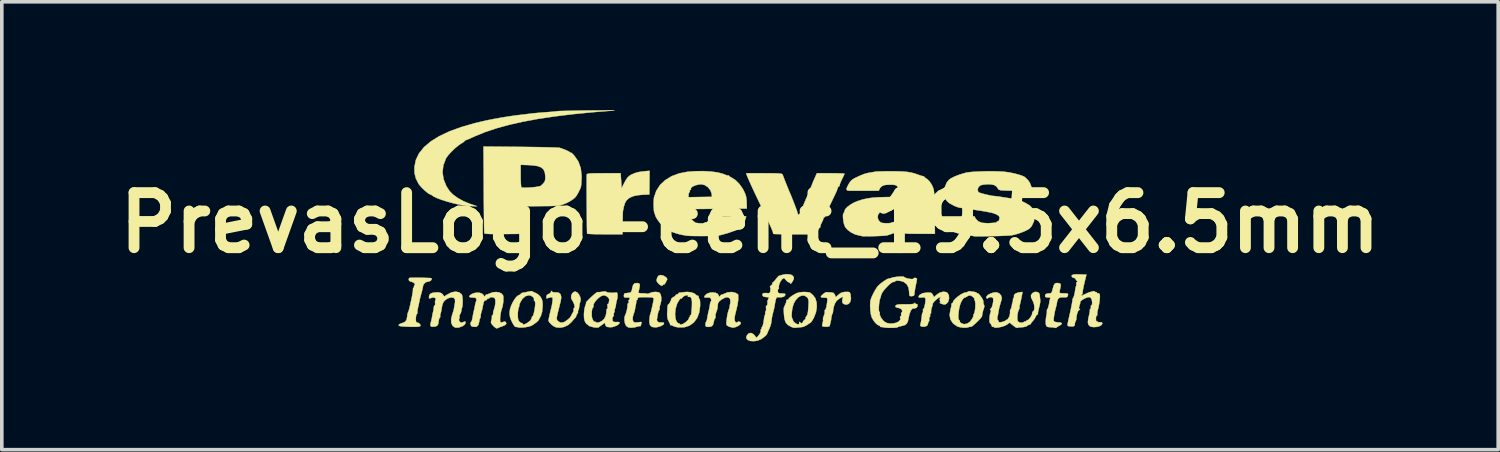
<source format=kicad_pcb>
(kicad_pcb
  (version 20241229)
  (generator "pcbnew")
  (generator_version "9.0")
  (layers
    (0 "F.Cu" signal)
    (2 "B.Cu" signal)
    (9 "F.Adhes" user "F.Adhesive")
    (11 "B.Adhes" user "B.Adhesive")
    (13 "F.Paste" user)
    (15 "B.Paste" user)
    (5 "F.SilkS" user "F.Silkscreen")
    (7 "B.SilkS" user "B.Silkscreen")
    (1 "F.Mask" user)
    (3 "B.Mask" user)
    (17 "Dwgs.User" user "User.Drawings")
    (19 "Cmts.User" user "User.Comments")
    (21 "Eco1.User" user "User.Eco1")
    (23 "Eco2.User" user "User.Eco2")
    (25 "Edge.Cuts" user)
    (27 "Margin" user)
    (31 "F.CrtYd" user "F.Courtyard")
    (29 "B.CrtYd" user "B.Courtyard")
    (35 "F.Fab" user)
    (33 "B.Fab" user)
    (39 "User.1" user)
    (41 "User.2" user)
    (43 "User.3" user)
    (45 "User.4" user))
  (footprint "PrevasLogo-cent_19.5x6.5mm"
    (layer "F.Cu")
    (at 17.715 3.118)
    (property "Reference" "PrevasLogo-cent_19.5x6.5mm" (at 0 0 0) (layer "F.SilkS") (effects (font (size 1.524 1.524) (thickness 0.3))))
    (attr through_hole)
    (fp_poly (pts (xy -2.406 1.461) (xy -2.347 1.492) (xy -2.303 1.531) (xy -2.292 1.567) (xy -2.293 1.569) (xy -2.337 1.658) (xy -2.368 1.704) (xy -2.39 1.713) (xy -2.391 1.712) (xy -2.412 1.715) (xy -2.413 1.721) (xy -2.429 1.744) (xy -2.469 1.735) (xy -2.519 1.7) (xy -2.536 1.683) (xy -2.577 1.631) (xy -2.588 1.588) (xy -2.572 1.53) (xy -2.566 1.513) (xy -2.533 1.464) (xy -2.475 1.448) (xy -2.464 1.448) (xy -2.406 1.461)) (stroke (width 0.01) (type solid)) (fill yes) (layer "F.SilkS"))
    (fp_poly (pts (xy -2.784 -1.111) (xy -2.787 -0.784) (xy -2.974 -0.776) (xy -3.084 -0.766) (xy -3.189 -0.748) (xy -3.264 -0.726) (xy -3.352 -0.681) (xy -3.416 -0.625) (xy -3.461 -0.549) (xy -3.495 -0.441) (xy -3.519 -0.318) (xy -3.521 -0.283) (xy -3.523 -0.209) (xy -3.525 -0.107) (xy -3.527 0.013) (xy -3.531 0.318) (xy -4.016 0.318) (xy -4.167 0.317) (xy -4.3 0.315) (xy -4.407 0.311) (xy -4.48 0.307) (xy -4.51 0.302) (xy -4.51 0.302) (xy -4.512 0.275) (xy -4.514 0.204) (xy -4.516 0.098) (xy -4.517 -0.038) (xy -4.519 -0.196) (xy -4.52 -0.368) (xy -4.522 -0.547) (xy -4.522 -0.727) (xy -4.523 -0.899) (xy -4.523 -1.056) (xy -4.523 -1.192) (xy -4.522 -1.298) (xy -4.522 -1.327) (xy -4.518 -1.343) (xy -4.502 -1.354) (xy -4.468 -1.362) (xy -4.408 -1.367) (xy -4.317 -1.37) (xy -4.187 -1.371) (xy -4.051 -1.372) (xy -3.581 -1.372) (xy -3.578 -1.302) (xy -3.573 -1.229) (xy -3.569 -1.181) (xy -3.565 -1.12) (xy -3.56 -1.044) (xy -3.56 -1.043) (xy -3.556 -0.955) (xy -3.488 -1.092) (xy -3.43 -1.198) (xy -3.376 -1.269) (xy -3.315 -1.317) (xy -3.276 -1.338) (xy -3.19 -1.374) (xy -3.11 -1.399) (xy -3.016 -1.416) (xy -2.891 -1.429) (xy -2.883 -1.43) (xy -2.781 -1.439) (xy -2.784 -1.111)) (stroke (width 0.01) (type solid)) (fill yes) (layer "F.SilkS"))
    (fp_poly (pts (xy 8.554 1.672) (xy 8.588 1.685) (xy 8.603 1.713) (xy 8.599 1.768) (xy 8.579 1.859) (xy 8.573 1.883) (xy 8.566 1.923) (xy 8.579 1.943) (xy 8.623 1.95) (xy 8.676 1.952) (xy 8.755 1.954) (xy 8.795 1.962) (xy 8.806 1.982) (xy 8.799 2.019) (xy 8.799 2.02) (xy 8.782 2.052) (xy 8.743 2.064) (xy 8.678 2.062) (xy 8.587 2.066) (xy 8.533 2.1) (xy 8.504 2.172) (xy 8.5 2.199) (xy 8.488 2.267) (xy 8.477 2.311) (xy 8.454 2.395) (xy 8.432 2.492) (xy 8.416 2.588) (xy 8.407 2.667) (xy 8.408 2.716) (xy 8.41 2.723) (xy 8.447 2.744) (xy 8.512 2.756) (xy 8.527 2.756) (xy 8.604 2.764) (xy 8.634 2.785) (xy 8.616 2.816) (xy 8.572 2.844) (xy 8.516 2.876) (xy 8.483 2.901) (xy 8.482 2.902) (xy 8.459 2.912) (xy 8.456 2.91) (xy 8.426 2.902) (xy 8.363 2.895) (xy 8.324 2.892) (xy 8.251 2.886) (xy 8.213 2.87) (xy 8.196 2.834) (xy 8.189 2.804) (xy 8.186 2.73) (xy 8.194 2.636) (xy 8.202 2.589) (xy 8.216 2.513) (xy 8.22 2.459) (xy 8.218 2.443) (xy 8.219 2.416) (xy 8.228 2.402) (xy 8.253 2.351) (xy 8.275 2.269) (xy 8.291 2.174) (xy 8.291 2.17) (xy 8.304 2.114) (xy 8.314 2.09) (xy 8.307 2.071) (xy 8.256 2.068) (xy 8.199 2.063) (xy 8.171 2.046) (xy 8.171 1.993) (xy 8.214 1.962) (xy 8.268 1.956) (xy 8.317 1.953) (xy 8.346 1.936) (xy 8.365 1.893) (xy 8.384 1.817) (xy 8.41 1.728) (xy 8.443 1.68) (xy 8.495 1.666) (xy 8.554 1.672)) (stroke (width 0.01) (type solid)) (fill yes) (layer "F.SilkS"))
    (fp_poly (pts (xy 2.757 1.924) (xy 2.776 1.956) (xy 2.784 1.99) (xy 2.795 2.1) (xy 2.776 2.187) (xy 2.731 2.245) (xy 2.665 2.266) (xy 2.615 2.256) (xy 2.565 2.226) (xy 2.552 2.173) (xy 2.552 2.163) (xy 2.562 2.1) (xy 2.574 2.064) (xy 2.572 2.05) (xy 2.542 2.06) (xy 2.494 2.087) (xy 2.442 2.123) (xy 2.397 2.161) (xy 2.394 2.165) (xy 2.352 2.232) (xy 2.318 2.326) (xy 2.3 2.423) (xy 2.298 2.464) (xy 2.289 2.506) (xy 2.282 2.515) (xy 2.267 2.547) (xy 2.254 2.609) (xy 2.251 2.63) (xy 2.243 2.693) (xy 2.236 2.728) (xy 2.235 2.731) (xy 2.228 2.752) (xy 2.22 2.792) (xy 2.208 2.843) (xy 2.2 2.863) (xy 2.165 2.875) (xy 2.106 2.879) (xy 2.045 2.875) (xy 2.004 2.865) (xy 1.998 2.859) (xy 1.999 2.816) (xy 2.011 2.771) (xy 2.024 2.711) (xy 2.021 2.676) (xy 2.023 2.632) (xy 2.045 2.573) (xy 2.067 2.508) (xy 2.068 2.457) (xy 2.067 2.421) (xy 2.079 2.413) (xy 2.096 2.39) (xy 2.114 2.332) (xy 2.123 2.28) (xy 2.138 2.177) (xy 2.142 2.115) (xy 2.132 2.084) (xy 2.104 2.073) (xy 2.055 2.073) (xy 2.051 2.073) (xy 1.981 2.069) (xy 1.958 2.049) (xy 1.982 2.013) (xy 1.993 2.002) (xy 2.056 1.948) (xy 2.098 1.924) (xy 2.127 1.92) (xy 2.174 1.924) (xy 2.241 1.927) (xy 2.243 1.927) (xy 2.309 1.94) (xy 2.344 1.979) (xy 2.351 1.995) (xy 2.375 2.059) (xy 2.45 1.989) (xy 2.52 1.939) (xy 2.603 1.917) (xy 2.645 1.914) (xy 2.718 1.913) (xy 2.757 1.924)) (stroke (width 0.01) (type solid)) (fill yes) (layer "F.SilkS"))
    (fp_poly (pts (xy 5.426 1.917) (xy 5.47 1.943) (xy 5.505 2.01) (xy 5.511 2.096) (xy 5.489 2.179) (xy 5.455 2.226) (xy 5.41 2.258) (xy 5.367 2.262) (xy 5.309 2.245) (xy 5.26 2.224) (xy 5.247 2.212) (xy 5.252 2.211) (xy 5.272 2.198) (xy 5.26 2.163) (xy 5.25 2.11) (xy 5.264 2.087) (xy 5.28 2.062) (xy 5.264 2.057) (xy 5.225 2.074) (xy 5.171 2.114) (xy 5.116 2.164) (xy 5.073 2.213) (xy 5.058 2.245) (xy 5.052 2.287) (xy 5.032 2.348) (xy 5.032 2.349) (xy 5.013 2.416) (xy 5.013 2.469) (xy 5.011 2.507) (xy 4.999 2.515) (xy 4.984 2.533) (xy 4.987 2.552) (xy 4.986 2.593) (xy 4.975 2.606) (xy 4.959 2.64) (xy 4.961 2.67) (xy 4.961 2.716) (xy 4.951 2.732) (xy 4.931 2.766) (xy 4.928 2.795) (xy 4.906 2.846) (xy 4.846 2.875) (xy 4.77 2.876) (xy 4.723 2.86) (xy 4.712 2.837) (xy 4.727 2.775) (xy 4.743 2.687) (xy 4.755 2.598) (xy 4.758 2.559) (xy 4.767 2.508) (xy 4.78 2.489) (xy 4.79 2.468) (xy 4.788 2.438) (xy 4.788 2.398) (xy 4.799 2.388) (xy 4.815 2.365) (xy 4.833 2.309) (xy 4.848 2.236) (xy 4.857 2.163) (xy 4.858 2.107) (xy 4.857 2.101) (xy 4.84 2.07) (xy 4.797 2.064) (xy 4.762 2.069) (xy 4.69 2.072) (xy 4.663 2.052) (xy 4.682 2.013) (xy 4.706 1.989) (xy 4.783 1.949) (xy 4.894 1.933) (xy 4.974 1.932) (xy 5.02 1.943) (xy 5.048 1.971) (xy 5.06 1.992) (xy 5.094 2.057) (xy 5.171 1.988) (xy 5.255 1.934) (xy 5.345 1.909) (xy 5.426 1.917)) (stroke (width 0.01) (type solid)) (fill yes) (layer "F.SilkS"))
    (fp_poly (pts (xy -9.125 1.521) (xy -9.016 1.524) (xy -8.921 1.527) (xy -8.852 1.53) (xy -8.821 1.534) (xy -8.82 1.535) (xy -8.814 1.569) (xy -8.841 1.604) (xy -8.886 1.625) (xy -8.897 1.626) (xy -8.98 1.646) (xy -9.037 1.702) (xy -9.053 1.753) (xy -9.065 1.813) (xy -9.085 1.898) (xy -9.101 1.956) (xy -9.126 2.049) (xy -9.147 2.134) (xy -9.154 2.172) (xy -9.169 2.246) (xy -9.189 2.336) (xy -9.194 2.357) (xy -9.208 2.429) (xy -9.21 2.479) (xy -9.208 2.489) (xy -9.213 2.515) (xy -9.221 2.519) (xy -9.238 2.546) (xy -9.249 2.602) (xy -9.253 2.668) (xy -9.249 2.726) (xy -9.236 2.755) (xy -9.233 2.756) (xy -9.181 2.772) (xy -9.137 2.806) (xy -9.122 2.842) (xy -9.123 2.845) (xy -9.134 2.862) (xy -9.161 2.873) (xy -9.21 2.879) (xy -9.29 2.881) (xy -9.408 2.879) (xy -9.506 2.876) (xy -9.62 2.87) (xy -9.691 2.86) (xy -9.724 2.845) (xy -9.728 2.834) (xy -9.706 2.805) (xy -9.658 2.786) (xy -9.564 2.752) (xy -9.511 2.693) (xy -9.492 2.603) (xy -9.485 2.536) (xy -9.475 2.494) (xy -9.471 2.489) (xy -9.457 2.458) (xy -9.437 2.389) (xy -9.413 2.293) (xy -9.389 2.184) (xy -9.365 2.072) (xy -9.346 1.97) (xy -9.334 1.891) (xy -9.331 1.845) (xy -9.331 1.84) (xy -9.329 1.808) (xy -9.317 1.803) (xy -9.3 1.793) (xy -9.305 1.787) (xy -9.305 1.756) (xy -9.291 1.733) (xy -9.276 1.698) (xy -9.303 1.665) (xy -9.309 1.661) (xy -9.367 1.632) (xy -9.403 1.626) (xy -9.436 1.608) (xy -9.45 1.57) (xy -9.44 1.534) (xy -9.417 1.523) (xy -9.338 1.521) (xy -9.236 1.52) (xy -9.125 1.521)) (stroke (width 0.01) (type solid)) (fill yes) (layer "F.SilkS"))
    (fp_poly (pts (xy -6.35 -2.102) (xy -6.125 -2.099) (xy -5.914 -2.096) (xy -5.723 -2.093) (xy -5.559 -2.089) (xy -5.426 -2.085) (xy -5.33 -2.081) (xy -5.278 -2.077) (xy -5.271 -2.076) (xy -5.13 -2.027) (xy -5.033 -1.983) (xy -4.994 -1.958) (xy -4.962 -1.938) (xy -4.953 -1.94) (xy -4.938 -1.932) (xy -4.899 -1.895) (xy -4.863 -1.856) (xy -4.753 -1.697) (xy -4.686 -1.511) (xy -4.662 -1.299) (xy -4.663 -1.257) (xy -4.667 -1.154) (xy -4.673 -1.064) (xy -4.68 -1.006) (xy -4.681 -1) (xy -4.706 -0.933) (xy -4.748 -0.847) (xy -4.795 -0.764) (xy -4.832 -0.711) (xy -4.897 -0.654) (xy -4.992 -0.592) (xy -5.097 -0.539) (xy -5.185 -0.506) (xy -5.234 -0.492) (xy -5.28 -0.482) (xy -5.328 -0.474) (xy -5.388 -0.469) (xy -5.468 -0.466) (xy -5.575 -0.463) (xy -5.717 -0.462) (xy -5.886 -0.46) (xy -6.349 -0.457) (xy -6.356 -0.075) (xy -6.363 0.307) (xy -6.855 0.312) (xy -7.038 0.313) (xy -7.183 0.311) (xy -7.287 0.306) (xy -7.345 0.298) (xy -7.356 0.292) (xy -7.358 0.262) (xy -7.361 0.187) (xy -7.363 0.071) (xy -7.365 -0.081) (xy -7.367 -0.263) (xy -7.369 -0.47) (xy -7.371 -0.697) (xy -7.372 -0.922) (xy -7.374 -1.302) (xy -6.35 -1.302) (xy -6.348 -1.182) (xy -6.344 -1.081) (xy -6.338 -1.01) (xy -6.331 -0.979) (xy -6.299 -0.973) (xy -6.231 -0.971) (xy -6.141 -0.974) (xy -6.043 -0.98) (xy -5.953 -0.989) (xy -5.883 -1) (xy -5.88 -1) (xy -5.83 -1.011) (xy -5.811 -1.014) (xy -5.784 -1.032) (xy -5.739 -1.075) (xy -5.728 -1.086) (xy -5.688 -1.137) (xy -5.67 -1.193) (xy -5.667 -1.274) (xy -5.668 -1.293) (xy -5.682 -1.399) (xy -5.719 -1.479) (xy -5.785 -1.535) (xy -5.885 -1.571) (xy -6.026 -1.591) (xy -6.14 -1.598) (xy -6.35 -1.605) (xy -6.35 -1.302) (xy -7.374 -1.302) (xy -7.379 -2.111) (xy -6.35 -2.102)) (stroke (width 0.01) (type solid)) (fill yes) (layer "F.SilkS"))
    (fp_poly (pts (xy -5.489 1.902) (xy -5.445 1.926) (xy -5.378 1.926) (xy -5.295 1.935) (xy -5.244 1.981) (xy -5.226 2.062) (xy -5.242 2.172) (xy -5.255 2.219) (xy -5.275 2.3) (xy -5.3 2.402) (xy -5.311 2.445) (xy -5.337 2.552) (xy -5.35 2.621) (xy -5.351 2.664) (xy -5.341 2.692) (xy -5.321 2.718) (xy -5.253 2.763) (xy -5.172 2.758) (xy -5.125 2.737) (xy -5.048 2.683) (xy -4.984 2.624) (xy -4.95 2.572) (xy -4.948 2.566) (xy -4.925 2.516) (xy -4.907 2.492) (xy -4.884 2.439) (xy -4.885 2.409) (xy -4.884 2.371) (xy -4.871 2.362) (xy -4.856 2.342) (xy -4.859 2.293) (xy -4.877 2.231) (xy -4.905 2.173) (xy -4.921 2.152) (xy -4.953 2.087) (xy -4.951 2.015) (xy -4.922 1.951) (xy -4.871 1.911) (xy -4.839 1.905) (xy -4.784 1.928) (xy -4.735 1.985) (xy -4.7 2.059) (xy -4.688 2.135) (xy -4.7 2.187) (xy -4.715 2.236) (xy -4.726 2.306) (xy -4.727 2.311) (xy -4.738 2.381) (xy -4.756 2.43) (xy -4.758 2.432) (xy -4.769 2.459) (xy -4.763 2.464) (xy -4.761 2.482) (xy -4.784 2.525) (xy -4.786 2.527) (xy -4.811 2.572) (xy -4.814 2.591) (xy -4.814 2.591) (xy -4.819 2.606) (xy -4.845 2.636) (xy -4.894 2.689) (xy -4.941 2.746) (xy -5.03 2.827) (xy -5.141 2.882) (xy -5.26 2.905) (xy -5.371 2.894) (xy -5.431 2.868) (xy -5.497 2.818) (xy -5.551 2.762) (xy -5.58 2.715) (xy -5.58 2.712) (xy -5.576 2.68) (xy -5.563 2.613) (xy -5.544 2.525) (xy -5.521 2.43) (xy -5.499 2.343) (xy -5.494 2.324) (xy -5.482 2.266) (xy -5.47 2.187) (xy -5.468 2.167) (xy -5.463 2.1) (xy -5.472 2.07) (xy -5.502 2.063) (xy -5.516 2.063) (xy -5.577 2.076) (xy -5.607 2.09) (xy -5.631 2.096) (xy -5.639 2.057) (xy -5.639 2.051) (xy -5.623 1.996) (xy -5.575 1.971) (xy -5.525 1.943) (xy -5.511 1.911) (xy -5.506 1.883) (xy -5.489 1.902)) (stroke (width 0.01) (type solid)) (fill yes) (layer "F.SilkS"))
    (fp_poly (pts (xy -6.028 1.896) (xy -6.02 1.903) (xy -5.989 1.921) (xy -5.932 1.944) (xy -5.932 1.944) (xy -5.868 1.982) (xy -5.807 2.043) (xy -5.797 2.057) (xy -5.764 2.115) (xy -5.747 2.175) (xy -5.742 2.257) (xy -5.743 2.324) (xy -5.757 2.469) (xy -5.789 2.574) (xy -5.795 2.585) (xy -5.827 2.644) (xy -5.846 2.683) (xy -5.847 2.686) (xy -5.873 2.719) (xy -5.926 2.765) (xy -5.992 2.813) (xy -6.045 2.846) (xy -6.115 2.871) (xy -6.209 2.89) (xy -6.307 2.901) (xy -6.388 2.9) (xy -6.418 2.894) (xy -6.464 2.883) (xy -6.48 2.886) (xy -6.507 2.875) (xy -6.544 2.829) (xy -6.583 2.76) (xy -6.62 2.68) (xy -6.645 2.603) (xy -6.651 2.575) (xy -6.653 2.543) (xy -6.43 2.543) (xy -6.426 2.64) (xy -6.412 2.701) (xy -6.383 2.742) (xy -6.38 2.744) (xy -6.339 2.773) (xy -6.315 2.776) (xy -6.3 2.78) (xy -6.299 2.79) (xy -6.282 2.817) (xy -6.231 2.807) (xy -6.159 2.768) (xy -6.086 2.71) (xy -6.045 2.649) (xy -6.041 2.61) (xy -6.026 2.591) (xy -6.022 2.591) (xy -6.005 2.568) (xy -5.986 2.508) (xy -5.968 2.424) (xy -5.953 2.331) (xy -5.946 2.242) (xy -5.951 2.185) (xy -5.968 2.159) (xy -5.97 2.159) (xy -5.985 2.143) (xy -5.981 2.132) (xy -5.982 2.093) (xy -6.016 2.05) (xy -6.07 2.017) (xy -6.12 2.007) (xy -6.216 2.031) (xy -6.299 2.104) (xy -6.351 2.186) (xy -6.379 2.246) (xy -6.39 2.282) (xy -6.388 2.286) (xy -6.387 2.305) (xy -6.401 2.338) (xy -6.416 2.39) (xy -6.427 2.473) (xy -6.43 2.543) (xy -6.653 2.543) (xy -6.658 2.48) (xy -6.644 2.39) (xy -6.618 2.309) (xy -6.576 2.214) (xy -6.524 2.125) (xy -6.47 2.054) (xy -6.423 2.013) (xy -6.404 2.007) (xy -6.368 1.988) (xy -6.358 1.975) (xy -6.316 1.943) (xy -6.299 1.938) (xy -6.247 1.93) (xy -6.185 1.917) (xy -6.1 1.899) (xy -6.052 1.892) (xy -6.028 1.896)) (stroke (width 0.01) (type solid)) (fill yes) (layer "F.SilkS"))
    (fp_poly (pts (xy -8.053 1.926) (xy -7.982 1.981) (xy -7.967 2.024) (xy -7.958 2.1) (xy -7.955 2.189) (xy -7.958 2.274) (xy -7.969 2.337) (xy -7.973 2.349) (xy -7.986 2.394) (xy -7.99 2.431) (xy -8.007 2.495) (xy -8.025 2.526) (xy -8.046 2.574) (xy -8.044 2.6) (xy -8.045 2.646) (xy -8.054 2.659) (xy -8.06 2.697) (xy -8.042 2.731) (xy -8.009 2.763) (xy -7.968 2.761) (xy -7.94 2.749) (xy -7.893 2.732) (xy -7.876 2.743) (xy -7.874 2.768) (xy -7.897 2.817) (xy -7.957 2.861) (xy -8.069 2.903) (xy -8.16 2.902) (xy -8.23 2.857) (xy -8.27 2.779) (xy -8.276 2.673) (xy -8.247 2.548) (xy -8.238 2.523) (xy -8.21 2.437) (xy -8.193 2.358) (xy -8.179 2.269) (xy -8.166 2.193) (xy -8.169 2.119) (xy -8.208 2.075) (xy -8.273 2.065) (xy -8.357 2.089) (xy -8.408 2.118) (xy -8.461 2.161) (xy -8.497 2.212) (xy -8.522 2.286) (xy -8.541 2.394) (xy -8.547 2.438) (xy -8.561 2.495) (xy -8.571 2.52) (xy -8.58 2.568) (xy -8.575 2.587) (xy -8.578 2.616) (xy -8.586 2.621) (xy -8.605 2.649) (xy -8.619 2.708) (xy -8.62 2.721) (xy -8.633 2.803) (xy -8.658 2.848) (xy -8.706 2.87) (xy -8.737 2.875) (xy -8.812 2.879) (xy -8.846 2.856) (xy -8.847 2.799) (xy -8.837 2.761) (xy -8.817 2.678) (xy -8.802 2.602) (xy -8.801 2.597) (xy -8.787 2.518) (xy -8.774 2.464) (xy -8.76 2.39) (xy -8.755 2.343) (xy -8.745 2.298) (xy -8.73 2.286) (xy -8.716 2.265) (xy -8.719 2.222) (xy -8.721 2.169) (xy -8.71 2.145) (xy -8.699 2.114) (xy -8.703 2.095) (xy -8.736 2.071) (xy -8.794 2.07) (xy -8.857 2.091) (xy -8.864 2.095) (xy -8.884 2.091) (xy -8.889 2.057) (xy -8.881 2.012) (xy -8.86 1.974) (xy -8.858 1.972) (xy -8.804 1.943) (xy -8.71 1.928) (xy -8.626 1.925) (xy -8.545 1.948) (xy -8.508 1.983) (xy -8.464 2.041) (xy -8.391 1.992) (xy -8.267 1.928) (xy -8.152 1.905) (xy -8.053 1.926)) (stroke (width 0.01) (type solid)) (fill yes) (layer "F.SilkS"))
    (fp_poly (pts (xy -3.841 -3.113) (xy -3.773 -3.112) (xy -3.748 -3.11) (xy -3.759 -3.109) (xy -4.356 -3.061) (xy -4.905 -3.007) (xy -5.409 -2.945) (xy -5.87 -2.876) (xy -6.29 -2.798) (xy -6.672 -2.712) (xy -7.018 -2.617) (xy -7.332 -2.512) (xy -7.614 -2.397) (xy -7.667 -2.373) (xy -7.756 -2.332) (xy -7.829 -2.302) (xy -7.872 -2.287) (xy -7.876 -2.286) (xy -7.899 -2.27) (xy -7.899 -2.266) (xy -7.92 -2.243) (xy -7.97 -2.209) (xy -7.992 -2.197) (xy -8.074 -2.141) (xy -8.171 -2.061) (xy -8.268 -1.967) (xy -8.353 -1.873) (xy -8.412 -1.793) (xy -8.42 -1.778) (xy -8.491 -1.589) (xy -8.513 -1.396) (xy -8.484 -1.204) (xy -8.407 -1.014) (xy -8.317 -0.877) (xy -8.224 -0.782) (xy -8.094 -0.688) (xy -7.941 -0.602) (xy -7.776 -0.533) (xy -7.761 -0.528) (xy -7.556 -0.458) (xy -7.684 -0.461) (xy -7.787 -0.467) (xy -7.903 -0.479) (xy -7.95 -0.485) (xy -8.096 -0.513) (xy -8.251 -0.55) (xy -8.405 -0.593) (xy -8.547 -0.639) (xy -8.667 -0.684) (xy -8.754 -0.726) (xy -8.788 -0.749) (xy -8.829 -0.778) (xy -8.848 -0.783) (xy -8.886 -0.8) (xy -8.947 -0.844) (xy -9.019 -0.906) (xy -9.09 -0.976) (xy -9.15 -1.043) (xy -9.176 -1.079) (xy -9.252 -1.229) (xy -9.289 -1.378) (xy -9.291 -1.547) (xy -9.251 -1.741) (xy -9.163 -1.923) (xy -9.026 -2.094) (xy -8.839 -2.252) (xy -8.604 -2.398) (xy -8.32 -2.532) (xy -7.987 -2.653) (xy -7.606 -2.762) (xy -7.315 -2.83) (xy -7.111 -2.871) (xy -6.89 -2.911) (xy -6.673 -2.946) (xy -6.478 -2.974) (xy -6.401 -2.983) (xy -6.316 -2.993) (xy -6.206 -3.006) (xy -6.096 -3.02) (xy -5.981 -3.033) (xy -5.84 -3.046) (xy -5.698 -3.057) (xy -5.652 -3.061) (xy -5.536 -3.069) (xy -5.433 -3.078) (xy -5.359 -3.086) (xy -5.334 -3.09) (xy -5.294 -3.093) (xy -5.209 -3.096) (xy -5.087 -3.099) (xy -4.934 -3.103) (xy -4.757 -3.106) (xy -4.561 -3.109) (xy -4.445 -3.11) (xy -4.253 -3.112) (xy -4.086 -3.113) (xy -3.947 -3.113) (xy -3.841 -3.113)) (stroke (width 0.01) (type solid)) (fill yes) (layer "F.SilkS"))
    (fp_poly (pts (xy 6.103 1.897) (xy 6.177 1.91) (xy 6.217 1.914) (xy 6.261 1.926) (xy 6.274 1.941) (xy 6.286 1.952) (xy 6.29 1.948) (xy 6.314 1.955) (xy 6.353 1.992) (xy 6.396 2.047) (xy 6.434 2.106) (xy 6.457 2.155) (xy 6.459 2.176) (xy 6.46 2.226) (xy 6.468 2.242) (xy 6.489 2.308) (xy 6.473 2.375) (xy 6.457 2.417) (xy 6.44 2.483) (xy 6.427 2.549) (xy 6.424 2.584) (xy 6.408 2.613) (xy 6.365 2.663) (xy 6.306 2.724) (xy 6.241 2.786) (xy 6.18 2.84) (xy 6.135 2.874) (xy 6.117 2.88) (xy 6.079 2.88) (xy 6.067 2.885) (xy 6.006 2.902) (xy 5.918 2.905) (xy 5.824 2.894) (xy 5.745 2.872) (xy 5.733 2.866) (xy 5.619 2.784) (xy 5.55 2.678) (xy 5.541 2.632) (xy 5.767 2.632) (xy 5.778 2.681) (xy 5.791 2.692) (xy 5.808 2.707) (xy 5.805 2.716) (xy 5.812 2.746) (xy 5.848 2.78) (xy 5.927 2.808) (xy 6.014 2.791) (xy 6.08 2.748) (xy 6.117 2.705) (xy 6.153 2.651) (xy 6.179 2.601) (xy 6.187 2.57) (xy 6.182 2.565) (xy 6.182 2.55) (xy 6.196 2.529) (xy 6.216 2.481) (xy 6.231 2.402) (xy 6.238 2.31) (xy 6.238 2.224) (xy 6.228 2.16) (xy 6.22 2.143) (xy 6.205 2.114) (xy 6.212 2.108) (xy 6.211 2.094) (xy 6.18 2.059) (xy 6.178 2.057) (xy 6.114 2.014) (xy 6.054 2.015) (xy 6.006 2.042) (xy 5.957 2.069) (xy 5.931 2.076) (xy 5.906 2.097) (xy 5.869 2.15) (xy 5.845 2.194) (xy 5.816 2.267) (xy 5.793 2.359) (xy 5.777 2.459) (xy 5.768 2.554) (xy 5.767 2.632) (xy 5.541 2.632) (xy 5.526 2.551) (xy 5.549 2.404) (xy 5.556 2.38) (xy 5.574 2.313) (xy 5.577 2.266) (xy 5.574 2.259) (xy 5.578 2.237) (xy 5.587 2.235) (xy 5.612 2.217) (xy 5.613 2.21) (xy 5.634 2.161) (xy 5.687 2.1) (xy 5.761 2.037) (xy 5.842 1.981) (xy 5.917 1.942) (xy 5.967 1.93) (xy 6.015 1.92) (xy 6.032 1.907) (xy 6.065 1.893) (xy 6.103 1.897)) (stroke (width 0.01) (type solid)) (fill yes) (layer "F.SilkS"))
    (fp_poly (pts (xy -1.621 1.928) (xy -1.539 1.958) (xy -1.491 1.998) (xy -1.461 2.021) (xy -1.446 2.018) (xy -1.427 2.027) (xy -1.422 2.056) (xy -1.413 2.098) (xy -1.4 2.108) (xy -1.389 2.131) (xy -1.382 2.193) (xy -1.381 2.28) (xy -1.381 2.293) (xy -1.405 2.479) (xy -1.464 2.635) (xy -1.555 2.759) (xy -1.675 2.847) (xy -1.818 2.893) (xy -1.982 2.896) (xy -1.985 2.896) (xy -2.064 2.881) (xy -2.125 2.859) (xy -2.139 2.851) (xy -2.178 2.832) (xy -2.193 2.837) (xy -2.208 2.833) (xy -2.21 2.821) (xy -2.223 2.779) (xy -2.254 2.722) (xy -2.282 2.659) (xy -2.293 2.573) (xy -2.293 2.518) (xy -2.075 2.518) (xy -2.065 2.644) (xy -2.048 2.701) (xy -2.018 2.757) (xy -1.99 2.783) (xy -1.982 2.782) (xy -1.958 2.783) (xy -1.956 2.792) (xy -1.938 2.818) (xy -1.892 2.815) (xy -1.829 2.786) (xy -1.766 2.741) (xy -1.716 2.69) (xy -1.691 2.651) (xy -1.691 2.639) (xy -1.686 2.618) (xy -1.676 2.616) (xy -1.66 2.601) (xy -1.664 2.591) (xy -1.664 2.567) (xy -1.657 2.565) (xy -1.643 2.562) (xy -1.633 2.545) (xy -1.625 2.505) (xy -1.618 2.433) (xy -1.609 2.32) (xy -1.607 2.186) (xy -1.621 2.096) (xy -1.653 2.051) (xy -1.694 2.05) (xy -1.722 2.053) (xy -1.717 2.036) (xy -1.716 2.011) (xy -1.745 2.004) (xy -1.791 2.014) (xy -1.837 2.036) (xy -1.865 2.063) (xy -1.894 2.097) (xy -1.905 2.099) (xy -1.916 2.092) (xy -1.943 2.118) (xy -1.977 2.165) (xy -2.01 2.224) (xy -2.02 2.245) (xy -2.06 2.379) (xy -2.075 2.518) (xy -2.293 2.518) (xy -2.292 2.496) (xy -2.287 2.385) (xy -2.283 2.315) (xy -2.277 2.278) (xy -2.268 2.263) (xy -2.26 2.261) (xy -2.239 2.24) (xy -2.211 2.194) (xy -2.187 2.142) (xy -2.179 2.107) (xy -2.179 2.105) (xy -2.161 2.084) (xy -2.12 2.057) (xy -2.074 2.026) (xy -2.057 2.002) (xy -2.037 1.984) (xy -2.019 1.981) (xy -1.985 1.967) (xy -1.981 1.956) (xy -1.967 1.934) (xy -1.962 1.935) (xy -1.928 1.933) (xy -1.862 1.925) (xy -1.824 1.919) (xy -1.722 1.914) (xy -1.621 1.928)) (stroke (width 0.01) (type solid)) (fill yes) (layer "F.SilkS"))
    (fp_poly (pts (xy -0.411 1.937) (xy -0.356 1.965) (xy -0.329 1.987) (xy -0.328 1.99) (xy -0.328 2.026) (xy -0.326 2.13) (xy -0.346 2.267) (xy -0.378 2.405) (xy -0.409 2.529) (xy -0.426 2.616) (xy -0.429 2.676) (xy -0.42 2.718) (xy -0.407 2.743) (xy -0.379 2.767) (xy -0.354 2.751) (xy -0.31 2.733) (xy -0.269 2.748) (xy -0.254 2.782) (xy -0.276 2.819) (xy -0.33 2.857) (xy -0.399 2.888) (xy -0.465 2.902) (xy -0.483 2.901) (xy -0.557 2.883) (xy -0.605 2.864) (xy -0.642 2.839) (xy -0.656 2.803) (xy -0.653 2.739) (xy -0.651 2.719) (xy -0.635 2.598) (xy -0.619 2.511) (xy -0.6 2.443) (xy -0.587 2.406) (xy -0.568 2.35) (xy -0.562 2.317) (xy -0.56 2.286) (xy -0.544 2.218) (xy -0.544 2.145) (xy -0.559 2.095) (xy -0.561 2.093) (xy -0.613 2.061) (xy -0.687 2.07) (xy -0.784 2.122) (xy -0.788 2.124) (xy -0.855 2.177) (xy -0.886 2.228) (xy -0.893 2.27) (xy -0.898 2.344) (xy -0.908 2.397) (xy -0.929 2.456) (xy -0.937 2.476) (xy -0.956 2.543) (xy -0.956 2.596) (xy -0.956 2.634) (xy -0.965 2.642) (xy -0.982 2.664) (xy -0.999 2.72) (xy -1.003 2.743) (xy -1.024 2.823) (xy -1.06 2.865) (xy -1.125 2.881) (xy -1.157 2.882) (xy -1.213 2.878) (xy -1.233 2.853) (xy -1.234 2.814) (xy -1.228 2.763) (xy -1.216 2.743) (xy -1.203 2.721) (xy -1.189 2.665) (xy -1.186 2.648) (xy -1.172 2.566) (xy -1.157 2.494) (xy -1.156 2.489) (xy -1.131 2.386) (xy -1.117 2.318) (xy -1.11 2.27) (xy -1.108 2.248) (xy -1.096 2.198) (xy -1.083 2.181) (xy -1.072 2.147) (xy -1.078 2.113) (xy -1.1 2.078) (xy -1.147 2.068) (xy -1.182 2.07) (xy -1.247 2.071) (xy -1.268 2.055) (xy -1.252 2.018) (xy -1.251 2.017) (xy -1.195 1.966) (xy -1.118 1.936) (xy -1.033 1.927) (xy -0.953 1.938) (xy -0.893 1.969) (xy -0.864 2.019) (xy -0.863 2.029) (xy -0.858 2.053) (xy -0.838 2.037) (xy -0.825 2.021) (xy -0.797 1.99) (xy -0.787 1.99) (xy -0.77 1.991) (xy -0.73 1.971) (xy -0.62 1.926) (xy -0.501 1.916) (xy -0.411 1.937)) (stroke (width 0.01) (type solid)) (fill yes) (layer "F.SilkS"))
    (fp_poly (pts (xy 1.569 1.918) (xy 1.636 1.926) (xy 1.663 1.935) (xy 1.702 1.967) (xy 1.741 2.001) (xy 1.807 2.087) (xy 1.843 2.204) (xy 1.849 2.34) (xy 1.824 2.484) (xy 1.769 2.625) (xy 1.759 2.644) (xy 1.718 2.712) (xy 1.686 2.757) (xy 1.672 2.769) (xy 1.643 2.783) (xy 1.593 2.819) (xy 1.583 2.827) (xy 1.485 2.878) (xy 1.399 2.893) (xy 1.321 2.899) (xy 1.259 2.906) (xy 1.246 2.908) (xy 1.196 2.902) (xy 1.132 2.878) (xy 1.13 2.877) (xy 1.046 2.826) (xy 0.992 2.767) (xy 0.988 2.756) (xy 1.194 2.756) (xy 1.206 2.769) (xy 1.219 2.756) (xy 1.206 2.743) (xy 1.194 2.756) (xy 0.988 2.756) (xy 0.961 2.688) (xy 0.943 2.574) (xy 0.941 2.548) (xy 0.939 2.52) (xy 1.153 2.52) (xy 1.155 2.605) (xy 1.17 2.657) (xy 1.171 2.658) (xy 1.189 2.687) (xy 1.186 2.692) (xy 1.191 2.709) (xy 1.222 2.748) (xy 1.227 2.754) (xy 1.274 2.792) (xy 1.321 2.81) (xy 1.355 2.807) (xy 1.362 2.78) (xy 1.36 2.776) (xy 1.363 2.747) (xy 1.372 2.743) (xy 1.396 2.762) (xy 1.397 2.768) (xy 1.416 2.782) (xy 1.436 2.777) (xy 1.464 2.758) (xy 1.463 2.75) (xy 1.47 2.726) (xy 1.506 2.69) (xy 1.539 2.657) (xy 1.54 2.642) (xy 1.54 2.642) (xy 1.535 2.626) (xy 1.552 2.601) (xy 1.577 2.565) (xy 1.594 2.522) (xy 1.605 2.458) (xy 1.614 2.363) (xy 1.618 2.294) (xy 1.623 2.196) (xy 1.618 2.133) (xy 1.603 2.092) (xy 1.574 2.057) (xy 1.574 2.057) (xy 1.502 2.014) (xy 1.421 2.017) (xy 1.339 2.06) (xy 1.264 2.14) (xy 1.215 2.227) (xy 1.185 2.316) (xy 1.164 2.419) (xy 1.153 2.52) (xy 0.939 2.52) (xy 0.935 2.455) (xy 0.934 2.384) (xy 0.938 2.348) (xy 0.939 2.346) (xy 0.953 2.316) (xy 0.965 2.283) (xy 0.986 2.241) (xy 1.005 2.189) (xy 1.003 2.158) (xy 1.009 2.137) (xy 1.027 2.134) (xy 1.062 2.12) (xy 1.067 2.107) (xy 1.087 2.081) (xy 1.139 2.039) (xy 1.198 1.999) (xy 1.29 1.949) (xy 1.373 1.924) (xy 1.476 1.916) (xy 1.483 1.916) (xy 1.569 1.918)) (stroke (width 0.01) (type solid)) (fill yes) (layer "F.SilkS"))
    (fp_poly (pts (xy 0.565 -1.371) (xy 0.692 -1.37) (xy 0.783 -1.367) (xy 0.843 -1.361) (xy 0.879 -1.353) (xy 0.898 -1.341) (xy 0.906 -1.327) (xy 0.93 -1.262) (xy 0.966 -1.167) (xy 1.009 -1.06) (xy 1.051 -0.955) (xy 1.086 -0.869) (xy 1.105 -0.826) (xy 1.135 -0.757) (xy 1.172 -0.664) (xy 1.213 -0.56) (xy 1.253 -0.455) (xy 1.287 -0.362) (xy 1.311 -0.292) (xy 1.321 -0.257) (xy 1.321 -0.256) (xy 1.339 -0.221) (xy 1.343 -0.218) (xy 1.362 -0.233) (xy 1.392 -0.287) (xy 1.43 -0.368) (xy 1.448 -0.413) (xy 1.496 -0.533) (xy 1.549 -0.659) (xy 1.597 -0.765) (xy 1.603 -0.778) (xy 1.64 -0.858) (xy 1.666 -0.919) (xy 1.676 -0.948) (xy 1.685 -0.979) (xy 1.706 -1.033) (xy 1.728 -1.088) (xy 1.739 -1.118) (xy 1.75 -1.146) (xy 1.776 -1.205) (xy 1.797 -1.251) (xy 1.851 -1.372) (xy 2.234 -1.372) (xy 2.367 -1.371) (xy 2.479 -1.368) (xy 2.563 -1.365) (xy 2.61 -1.361) (xy 2.616 -1.358) (xy 2.606 -1.33) (xy 2.578 -1.271) (xy 2.541 -1.196) (xy 2.505 -1.118) (xy 2.484 -1.059) (xy 2.482 -1.032) (xy 2.479 -1.017) (xy 2.471 -1.016) (xy 2.443 -0.995) (xy 2.426 -0.959) (xy 2.41 -0.909) (xy 2.403 -0.889) (xy 2.39 -0.859) (xy 2.358 -0.79) (xy 2.31 -0.69) (xy 2.251 -0.566) (xy 2.183 -0.424) (xy 2.168 -0.394) (xy 2.128 -0.305) (xy 2.097 -0.232) (xy 2.083 -0.188) (xy 2.083 -0.184) (xy 2.067 -0.155) (xy 2.057 -0.152) (xy 2.037 -0.138) (xy 2.037 -0.133) (xy 2.029 -0.101) (xy 2.004 -0.042) (xy 1.987 -0.009) (xy 1.958 0.056) (xy 1.946 0.101) (xy 1.948 0.111) (xy 1.946 0.126) (xy 1.94 0.127) (xy 1.915 0.148) (xy 1.883 0.201) (xy 1.873 0.222) (xy 1.831 0.318) (xy 1.243 0.318) (xy 1.076 0.317) (xy 0.926 0.316) (xy 0.802 0.314) (xy 0.709 0.312) (xy 0.656 0.309) (xy 0.646 0.307) (xy 0.636 0.275) (xy 0.635 0.265) (xy 0.624 0.229) (xy 0.592 0.152) (xy 0.538 0.031) (xy 0.462 -0.133) (xy 0.363 -0.341) (xy 0.242 -0.594) (xy 0.216 -0.648) (xy 0.133 -0.822) (xy 0.058 -0.982) (xy -0.004 -1.119) (xy -0.052 -1.228) (xy -0.082 -1.3) (xy -0.088 -1.316) (xy -0.105 -1.372) (xy 0.393 -1.372) (xy 0.565 -1.371)) (stroke (width 0.01) (type solid)) (fill yes) (layer "F.SilkS"))
    (fp_poly (pts (xy -6.939 1.93) (xy -6.869 1.966) (xy -6.832 2.021) (xy -6.829 2.039) (xy -6.83 2.18) (xy -6.848 2.304) (xy -6.866 2.362) (xy -6.889 2.437) (xy -6.907 2.527) (xy -6.918 2.619) (xy -6.92 2.698) (xy -6.912 2.748) (xy -6.905 2.758) (xy -6.869 2.758) (xy -6.836 2.745) (xy -6.786 2.733) (xy -6.761 2.751) (xy -6.746 2.793) (xy -6.778 2.83) (xy -6.857 2.865) (xy -6.871 2.87) (xy -6.941 2.895) (xy -6.99 2.917) (xy -6.998 2.922) (xy -7.03 2.918) (xy -7.081 2.881) (xy -7.106 2.857) (xy -7.155 2.799) (xy -7.173 2.758) (xy -7.166 2.713) (xy -7.162 2.702) (xy -7.146 2.64) (xy -7.148 2.599) (xy -7.146 2.569) (xy -7.135 2.565) (xy -7.116 2.545) (xy -7.114 2.521) (xy -7.109 2.466) (xy -7.09 2.404) (xy -7.065 2.32) (xy -7.051 2.229) (xy -7.05 2.147) (xy -7.064 2.093) (xy -7.066 2.089) (xy -7.105 2.066) (xy -7.157 2.058) (xy -7.2 2.066) (xy -7.214 2.084) (xy -7.229 2.099) (xy -7.239 2.095) (xy -7.268 2.101) (xy -7.28 2.119) (xy -7.303 2.147) (xy -7.316 2.146) (xy -7.347 2.15) (xy -7.375 2.204) (xy -7.397 2.304) (xy -7.402 2.337) (xy -7.419 2.413) (xy -7.435 2.463) (xy -7.453 2.532) (xy -7.457 2.577) (xy -7.462 2.626) (xy -7.472 2.643) (xy -7.487 2.675) (xy -7.498 2.736) (xy -7.499 2.744) (xy -7.52 2.827) (xy -7.565 2.875) (xy -7.619 2.882) (xy -7.681 2.873) (xy -7.697 2.872) (xy -7.722 2.852) (xy -7.737 2.809) (xy -7.738 2.765) (xy -7.721 2.743) (xy -7.719 2.743) (xy -7.706 2.721) (xy -7.69 2.663) (xy -7.682 2.623) (xy -7.669 2.546) (xy -7.658 2.49) (xy -7.655 2.477) (xy -7.641 2.42) (xy -7.625 2.343) (xy -7.612 2.276) (xy -7.609 2.261) (xy -7.594 2.204) (xy -7.584 2.178) (xy -7.571 2.114) (xy -7.602 2.077) (xy -7.673 2.069) (xy -7.682 2.069) (xy -7.749 2.065) (xy -7.773 2.042) (xy -7.751 2.005) (xy -7.695 1.968) (xy -7.605 1.938) (xy -7.511 1.934) (xy -7.431 1.954) (xy -7.379 1.996) (xy -7.376 2.002) (xy -7.353 2.039) (xy -7.337 2.032) (xy -7.332 2.021) (xy -7.309 1.989) (xy -7.297 1.986) (xy -7.261 1.98) (xy -7.226 1.963) (xy -7.129 1.927) (xy -7.03 1.916) (xy -6.939 1.93)) (stroke (width 0.01) (type solid)) (fill yes) (layer "F.SilkS"))
    (fp_poly (pts (xy -3.983 1.908) (xy -3.982 1.91) (xy -3.954 1.925) (xy -3.894 1.935) (xy -3.819 1.939) (xy -3.747 1.936) (xy -3.708 1.929) (xy -3.681 1.935) (xy -3.669 1.979) (xy -3.668 2.007) (xy -3.671 2.078) (xy -3.683 2.131) (xy -3.684 2.134) (xy -3.699 2.184) (xy -3.71 2.256) (xy -3.711 2.261) (xy -3.722 2.33) (xy -3.739 2.378) (xy -3.741 2.38) (xy -3.753 2.422) (xy -3.748 2.436) (xy -3.75 2.469) (xy -3.757 2.475) (xy -3.773 2.509) (xy -3.772 2.541) (xy -3.774 2.581) (xy -3.786 2.591) (xy -3.803 2.613) (xy -3.81 2.666) (xy -3.81 2.667) (xy -3.803 2.718) (xy -3.775 2.744) (xy -3.714 2.749) (xy -3.664 2.746) (xy -3.617 2.752) (xy -3.612 2.778) (xy -3.649 2.818) (xy -3.689 2.846) (xy -3.805 2.887) (xy -3.881 2.891) (xy -3.952 2.883) (xy -3.989 2.862) (xy -4.004 2.828) (xy -4.019 2.769) (xy -4.098 2.825) (xy -4.153 2.864) (xy -4.188 2.892) (xy -4.191 2.895) (xy -4.222 2.901) (xy -4.285 2.899) (xy -4.323 2.895) (xy -4.447 2.86) (xy -4.537 2.789) (xy -4.578 2.718) (xy -4.595 2.638) (xy -4.598 2.531) (xy -4.597 2.516) (xy -4.384 2.516) (xy -4.38 2.594) (xy -4.368 2.655) (xy -4.356 2.676) (xy -4.335 2.714) (xy -4.338 2.732) (xy -4.338 2.74) (xy -4.326 2.734) (xy -4.289 2.734) (xy -4.28 2.743) (xy -4.238 2.767) (xy -4.167 2.752) (xy -4.102 2.718) (xy -4.038 2.662) (xy -3.999 2.583) (xy -3.99 2.551) (xy -3.976 2.478) (xy -3.973 2.424) (xy -3.976 2.412) (xy -3.971 2.39) (xy -3.961 2.388) (xy -3.942 2.366) (xy -3.946 2.31) (xy -3.951 2.258) (xy -3.938 2.248) (xy -3.937 2.248) (xy -3.915 2.243) (xy -3.912 2.226) (xy -3.903 2.168) (xy -3.897 2.15) (xy -3.903 2.104) (xy -3.942 2.055) (xy -3.999 2.018) (xy -4.049 2.007) (xy -4.11 2.024) (xy -4.179 2.069) (xy -4.246 2.131) (xy -4.301 2.199) (xy -4.333 2.262) (xy -4.332 2.309) (xy -4.332 2.31) (xy -4.337 2.337) (xy -4.346 2.342) (xy -4.366 2.372) (xy -4.379 2.436) (xy -4.384 2.516) (xy -4.597 2.516) (xy -4.589 2.417) (xy -4.568 2.318) (xy -4.558 2.293) (xy -4.54 2.239) (xy -4.539 2.211) (xy -4.541 2.21) (xy -4.532 2.194) (xy -4.493 2.151) (xy -4.431 2.089) (xy -4.398 2.057) (xy -4.324 1.99) (xy -4.263 1.941) (xy -4.223 1.918) (xy -4.216 1.918) (xy -4.179 1.921) (xy -4.115 1.913) (xy -4.092 1.908) (xy -4.018 1.898) (xy -3.983 1.908)) (stroke (width 0.01) (type solid)) (fill yes) (layer "F.SilkS"))
    (fp_poly (pts (xy -1.075 -1.418) (xy -0.9 -1.394) (xy -0.758 -1.359) (xy -0.689 -1.331) (xy -0.636 -1.311) (xy -0.605 -1.311) (xy -0.585 -1.308) (xy -0.584 -1.303) (xy -0.563 -1.28) (xy -0.513 -1.251) (xy -0.51 -1.25) (xy -0.402 -1.181) (xy -0.296 -1.075) (xy -0.205 -0.947) (xy -0.185 -0.911) (xy -0.138 -0.813) (xy -0.11 -0.73) (xy -0.096 -0.64) (xy -0.091 -0.521) (xy -0.091 -0.521) (xy -0.089 -0.394) (xy -0.897 -0.387) (xy -1.706 -0.38) (xy -1.694 -0.298) (xy -1.679 -0.223) (xy -1.662 -0.165) (xy -1.628 -0.109) (xy -1.575 -0.052) (xy -1.521 -0.009) (xy -1.491 0.003) (xy -1.446 0.008) (xy -1.379 0.015) (xy -1.374 0.016) (xy -1.305 0.014) (xy -1.255 -0.002) (xy -1.254 -0.003) (xy -1.225 -0.018) (xy -1.219 -0.011) (xy -1.203 -0.013) (xy -1.165 -0.043) (xy -1.156 -0.051) (xy -1.112 -0.101) (xy -1.092 -0.142) (xy -1.092 -0.144) (xy -1.083 -0.156) (xy -1.05 -0.165) (xy -0.988 -0.171) (xy -0.892 -0.175) (xy -0.756 -0.177) (xy -0.599 -0.178) (xy -0.105 -0.178) (xy -0.126 -0.105) (xy -0.167 -0.002) (xy -0.229 0.085) (xy -0.319 0.158) (xy -0.44 0.223) (xy -0.601 0.281) (xy -0.805 0.338) (xy -0.841 0.346) (xy -0.899 0.354) (xy -0.996 0.36) (xy -1.121 0.364) (xy -1.262 0.367) (xy -1.406 0.367) (xy -1.543 0.366) (xy -1.661 0.363) (xy -1.748 0.357) (xy -1.778 0.353) (xy -1.886 0.333) (xy -1.966 0.315) (xy -2.04 0.294) (xy -2.128 0.264) (xy -2.131 0.263) (xy -2.203 0.234) (xy -2.25 0.208) (xy -2.261 0.196) (xy -2.276 0.185) (xy -2.281 0.188) (xy -2.315 0.181) (xy -2.368 0.141) (xy -2.432 0.078) (xy -2.498 0.001) (xy -2.558 -0.081) (xy -2.604 -0.157) (xy -2.629 -0.219) (xy -2.629 -0.22) (xy -2.638 -0.259) (xy -2.642 -0.267) (xy -2.653 -0.29) (xy -2.662 -0.35) (xy -2.667 -0.434) (xy -2.669 -0.528) (xy -2.667 -0.618) (xy -2.66 -0.691) (xy -2.658 -0.703) (xy -2.634 -0.772) (xy -1.702 -0.772) (xy -1.702 -0.708) (xy -1.377 -0.714) (xy -1.053 -0.719) (xy -1.062 -0.804) (xy -1.096 -0.9) (xy -1.164 -0.984) (xy -1.253 -1.044) (xy -1.347 -1.067) (xy -1.433 -1.058) (xy -1.516 -1.036) (xy -1.585 -1.005) (xy -1.63 -0.971) (xy -1.639 -0.938) (xy -1.633 -0.93) (xy -1.637 -0.916) (xy -1.648 -0.914) (xy -1.668 -0.9) (xy -1.665 -0.891) (xy -1.668 -0.858) (xy -1.676 -0.851) (xy -1.696 -0.816) (xy -1.702 -0.772) (xy -2.634 -0.772) (xy -2.596 -0.884) (xy -2.492 -1.045) (xy -2.348 -1.181) (xy -2.17 -1.29) (xy -1.961 -1.368) (xy -1.726 -1.413) (xy -1.714 -1.414) (xy -1.492 -1.429) (xy -1.276 -1.43) (xy -1.075 -1.418)) (stroke (width 0.01) (type solid)) (fill yes) (layer "F.SilkS"))
    (fp_poly (pts (xy 9.123 1.428) (xy 9.314 1.435) (xy 9.255 1.676) (xy 9.231 1.783) (xy 9.214 1.873) (xy 9.206 1.933) (xy 9.207 1.949) (xy 9.203 1.978) (xy 9.194 1.981) (xy 9.17 2.001) (xy 9.169 2.009) (xy 9.188 2.015) (xy 9.235 1.996) (xy 9.252 1.987) (xy 9.379 1.928) (xy 9.519 1.891) (xy 9.548 1.9) (xy 9.55 1.909) (xy 9.566 1.922) (xy 9.576 1.918) (xy 9.599 1.92) (xy 9.601 1.929) (xy 9.615 1.953) (xy 9.62 1.953) (xy 9.66 1.953) (xy 9.681 1.978) (xy 9.687 2.036) (xy 9.684 2.102) (xy 9.671 2.215) (xy 9.649 2.334) (xy 9.637 2.382) (xy 9.618 2.461) (xy 9.612 2.52) (xy 9.614 2.541) (xy 9.612 2.564) (xy 9.603 2.565) (xy 9.585 2.588) (xy 9.576 2.643) (xy 9.576 2.656) (xy 9.582 2.714) (xy 9.598 2.732) (xy 9.601 2.731) (xy 9.625 2.732) (xy 9.627 2.74) (xy 9.648 2.755) (xy 9.69 2.754) (xy 9.738 2.753) (xy 9.753 2.783) (xy 9.754 2.791) (xy 9.731 2.831) (xy 9.673 2.863) (xy 9.594 2.883) (xy 9.51 2.888) (xy 9.436 2.876) (xy 9.411 2.864) (xy 9.37 2.823) (xy 9.354 2.761) (xy 9.362 2.669) (xy 9.383 2.576) (xy 9.401 2.494) (xy 9.41 2.433) (xy 9.408 2.409) (xy 9.413 2.389) (xy 9.42 2.388) (xy 9.437 2.367) (xy 9.436 2.337) (xy 9.438 2.296) (xy 9.45 2.286) (xy 9.469 2.264) (xy 9.473 2.208) (xy 9.463 2.133) (xy 9.458 2.115) (xy 9.425 2.067) (xy 9.384 2.057) (xy 9.329 2.069) (xy 9.261 2.097) (xy 9.197 2.134) (xy 9.154 2.169) (xy 9.144 2.187) (xy 9.14 2.229) (xy 9.125 2.281) (xy 9.115 2.309) (xy 9.105 2.365) (xy 9.124 2.391) (xy 9.14 2.408) (xy 9.115 2.413) (xy 9.087 2.436) (xy 9.061 2.499) (xy 9.04 2.589) (xy 9.031 2.684) (xy 9.015 2.728) (xy 9.01 2.733) (xy 8.996 2.771) (xy 8.992 2.811) (xy 8.985 2.849) (xy 8.957 2.866) (xy 8.893 2.87) (xy 8.89 2.87) (xy 8.816 2.862) (xy 8.789 2.839) (xy 8.788 2.836) (xy 8.794 2.799) (xy 8.809 2.723) (xy 8.831 2.621) (xy 8.856 2.512) (xy 8.883 2.39) (xy 8.905 2.281) (xy 8.92 2.196) (xy 8.926 2.153) (xy 8.933 2.102) (xy 8.944 2.083) (xy 8.959 2.06) (xy 8.976 2.002) (xy 8.993 1.925) (xy 9.005 1.843) (xy 9.005 1.841) (xy 9.019 1.775) (xy 9.029 1.747) (xy 9.037 1.699) (xy 9.032 1.68) (xy 9.036 1.65) (xy 9.049 1.642) (xy 9.067 1.626) (xy 9.047 1.606) (xy 9.019 1.573) (xy 9.016 1.559) (xy 8.998 1.536) (xy 8.974 1.528) (xy 8.915 1.505) (xy 8.905 1.468) (xy 8.912 1.453) (xy 8.944 1.435) (xy 9.014 1.427) (xy 9.123 1.428)) (stroke (width 0.01) (type solid)) (fill yes) (layer "F.SilkS"))
    (fp_poly (pts (xy -3.106 1.671) (xy -3.066 1.684) (xy -3.051 1.713) (xy -3.057 1.773) (xy -3.058 1.779) (xy -3.072 1.853) (xy -3.086 1.908) (xy -3.088 1.913) (xy -3.087 1.937) (xy -3.055 1.949) (xy -2.984 1.952) (xy -2.911 1.954) (xy -2.862 1.961) (xy -2.852 1.965) (xy -2.822 1.966) (xy -2.784 1.95) (xy -2.702 1.921) (xy -2.61 1.913) (xy -2.531 1.925) (xy -2.504 1.938) (xy -2.472 1.989) (xy -2.457 2.072) (xy -2.46 2.169) (xy -2.484 2.263) (xy -2.487 2.271) (xy -2.504 2.334) (xy -2.504 2.379) (xy -2.504 2.409) (xy -2.513 2.413) (xy -2.529 2.436) (xy -2.546 2.493) (xy -2.554 2.534) (xy -2.567 2.611) (xy -2.577 2.67) (xy -2.58 2.685) (xy -2.567 2.729) (xy -2.521 2.757) (xy -2.459 2.76) (xy -2.454 2.759) (xy -2.398 2.759) (xy -2.38 2.778) (xy -2.391 2.811) (xy -2.439 2.845) (xy -2.509 2.875) (xy -2.588 2.893) (xy -2.628 2.896) (xy -2.715 2.882) (xy -2.767 2.838) (xy -2.787 2.758) (xy -2.785 2.683) (xy -2.778 2.609) (xy -2.771 2.562) (xy -2.769 2.553) (xy -2.76 2.53) (xy -2.743 2.471) (xy -2.723 2.389) (xy -2.703 2.298) (xy -2.684 2.211) (xy -2.672 2.142) (xy -2.668 2.107) (xy -2.672 2.086) (xy -2.693 2.072) (xy -2.738 2.064) (xy -2.817 2.06) (xy -2.93 2.059) (xy -3.036 2.061) (xy -3.096 2.072) (xy -3.116 2.092) (xy -3.11 2.11) (xy -3.114 2.132) (xy -3.123 2.134) (xy -3.145 2.147) (xy -3.145 2.153) (xy -3.147 2.188) (xy -3.158 2.251) (xy -3.162 2.273) (xy -3.177 2.348) (xy -3.187 2.405) (xy -3.188 2.413) (xy -3.201 2.464) (xy -3.222 2.523) (xy -3.247 2.613) (xy -3.248 2.691) (xy -3.226 2.743) (xy -3.21 2.754) (xy -3.157 2.76) (xy -3.086 2.754) (xy -3.079 2.753) (xy -3.02 2.745) (xy -3 2.754) (xy -3.006 2.78) (xy -3.02 2.83) (xy -3.023 2.848) (xy -3.036 2.864) (xy -3.042 2.862) (xy -3.077 2.862) (xy -3.124 2.876) (xy -3.193 2.894) (xy -3.277 2.904) (xy -3.286 2.905) (xy -3.364 2.898) (xy -3.416 2.866) (xy -3.434 2.846) (xy -3.464 2.779) (xy -3.477 2.691) (xy -3.473 2.605) (xy -3.454 2.553) (xy -3.434 2.507) (xy -3.414 2.436) (xy -3.398 2.359) (xy -3.389 2.294) (xy -3.392 2.259) (xy -3.387 2.237) (xy -3.377 2.235) (xy -3.358 2.215) (xy -3.36 2.184) (xy -3.362 2.144) (xy -3.35 2.134) (xy -3.33 2.113) (xy -3.327 2.097) (xy -3.346 2.072) (xy -3.404 2.068) (xy -3.41 2.069) (xy -3.467 2.069) (xy -3.489 2.049) (xy -3.493 2.016) (xy -3.483 1.969) (xy -3.467 1.953) (xy -3.42 1.947) (xy -3.404 1.945) (xy -3.343 1.937) (xy -3.323 1.935) (xy -3.29 1.912) (xy -3.268 1.849) (xy -3.263 1.816) (xy -3.238 1.724) (xy -3.196 1.677) (xy -3.13 1.668) (xy -3.106 1.671)) (stroke (width 0.01) (type solid)) (fill yes) (layer "F.SilkS"))
    (fp_poly (pts (xy 6.832 -1.424) (xy 6.978 -1.418) (xy 7.05 -1.412) (xy 7.167 -1.396) (xy 7.293 -1.371) (xy 7.413 -1.341) (xy 7.516 -1.309) (xy 7.587 -1.279) (xy 7.606 -1.267) (xy 7.691 -1.187) (xy 7.745 -1.111) (xy 7.781 -1.021) (xy 7.783 -1.017) (xy 7.801 -0.947) (xy 7.81 -0.902) (xy 7.809 -0.893) (xy 7.783 -0.891) (xy 7.714 -0.889) (xy 7.61 -0.888) (xy 7.481 -0.887) (xy 7.349 -0.888) (xy 7.184 -0.89) (xy 7.062 -0.893) (xy 6.977 -0.898) (xy 6.923 -0.905) (xy 6.891 -0.916) (xy 6.875 -0.93) (xy 6.875 -0.931) (xy 6.823 -1.004) (xy 6.758 -1.046) (xy 6.668 -1.064) (xy 6.598 -1.066) (xy 6.502 -1.061) (xy 6.418 -1.048) (xy 6.375 -1.034) (xy 6.326 -0.989) (xy 6.303 -0.927) (xy 6.312 -0.868) (xy 6.33 -0.845) (xy 6.368 -0.828) (xy 6.441 -0.806) (xy 6.533 -0.783) (xy 6.627 -0.761) (xy 6.709 -0.746) (xy 6.756 -0.741) (xy 6.809 -0.737) (xy 6.871 -0.728) (xy 6.97 -0.713) (xy 7.103 -0.692) (xy 7.232 -0.673) (xy 7.352 -0.652) (xy 7.448 -0.627) (xy 7.543 -0.589) (xy 7.62 -0.552) (xy 7.746 -0.476) (xy 7.828 -0.391) (xy 7.871 -0.29) (xy 7.881 -0.193) (xy 7.861 -0.04) (xy 7.799 0.091) (xy 7.741 0.156) (xy 7.679 0.197) (xy 7.581 0.243) (xy 7.465 0.287) (xy 7.344 0.324) (xy 7.243 0.347) (xy 7.194 0.351) (xy 7.108 0.356) (xy 6.994 0.361) (xy 6.862 0.366) (xy 6.72 0.369) (xy 6.579 0.373) (xy 6.448 0.375) (xy 6.335 0.376) (xy 6.25 0.375) (xy 6.203 0.373) (xy 6.196 0.371) (xy 6.167 0.363) (xy 6.102 0.353) (xy 6.045 0.347) (xy 5.868 0.319) (xy 5.701 0.275) (xy 5.563 0.217) (xy 5.514 0.189) (xy 5.426 0.109) (xy 5.359 0.006) (xy 5.324 -0.1) (xy 5.322 -0.121) (xy 5.32 -0.178) (xy 6.214 -0.178) (xy 6.249 -0.112) (xy 6.316 -0.041) (xy 6.421 0.001) (xy 6.567 0.012) (xy 6.608 0.011) (xy 6.715 0.004) (xy 6.781 -0.002) (xy 6.817 -0.009) (xy 6.83 -0.019) (xy 6.833 -0.031) (xy 6.848 -0.043) (xy 6.855 -0.04) (xy 6.881 -0.047) (xy 6.901 -0.09) (xy 6.909 -0.15) (xy 6.884 -0.195) (xy 6.811 -0.238) (xy 6.692 -0.277) (xy 6.531 -0.31) (xy 6.495 -0.316) (xy 6.337 -0.341) (xy 6.22 -0.359) (xy 6.135 -0.372) (xy 6.074 -0.381) (xy 6.026 -0.388) (xy 5.983 -0.393) (xy 5.956 -0.396) (xy 5.85 -0.411) (xy 5.775 -0.425) (xy 5.712 -0.445) (xy 5.643 -0.475) (xy 5.634 -0.479) (xy 5.52 -0.542) (xy 5.444 -0.609) (xy 5.396 -0.692) (xy 5.386 -0.72) (xy 5.369 -0.844) (xy 5.39 -0.978) (xy 5.443 -1.106) (xy 5.501 -1.184) (xy 5.565 -1.232) (xy 5.67 -1.284) (xy 5.804 -1.335) (xy 5.959 -1.381) (xy 5.969 -1.384) (xy 6.053 -1.399) (xy 6.177 -1.411) (xy 6.328 -1.419) (xy 6.495 -1.425) (xy 6.667 -1.427) (xy 6.832 -1.424)) (stroke (width 0.01) (type solid)) (fill yes) (layer "F.SilkS"))
    (fp_poly (pts (xy 1.141 1.44) (xy 1.179 1.462) (xy 1.212 1.508) (xy 1.212 1.557) (xy 1.177 1.625) (xy 1.168 1.638) (xy 1.136 1.68) (xy 1.119 1.687) (xy 1.118 1.683) (xy 1.097 1.654) (xy 1.081 1.651) (xy 1.042 1.633) (xy 0.995 1.588) (xy 0.992 1.584) (xy 0.954 1.54) (xy 0.927 1.533) (xy 0.893 1.559) (xy 0.89 1.561) (xy 0.849 1.615) (xy 0.815 1.685) (xy 0.796 1.754) (xy 0.799 1.801) (xy 0.8 1.803) (xy 0.798 1.827) (xy 0.789 1.829) (xy 0.771 1.85) (xy 0.768 1.892) (xy 0.777 1.933) (xy 0.805 1.951) (xy 0.867 1.956) (xy 0.879 1.956) (xy 0.946 1.959) (xy 0.974 1.972) (xy 0.974 2.001) (xy 0.973 2.007) (xy 0.937 2.046) (xy 0.862 2.063) (xy 0.77 2.06) (xy 0.747 2.063) (xy 0.728 2.083) (xy 0.712 2.13) (xy 0.695 2.211) (xy 0.675 2.334) (xy 0.674 2.337) (xy 0.664 2.384) (xy 0.645 2.456) (xy 0.638 2.484) (xy 0.615 2.578) (xy 0.599 2.671) (xy 0.597 2.687) (xy 0.589 2.752) (xy 0.583 2.791) (xy 0.582 2.794) (xy 0.573 2.828) (xy 0.572 2.832) (xy 0.56 2.869) (xy 0.533 2.933) (xy 0.521 2.959) (xy 0.492 3.024) (xy 0.475 3.068) (xy 0.472 3.075) (xy 0.448 3.111) (xy 0.392 3.161) (xy 0.317 3.215) (xy 0.302 3.224) (xy 0.214 3.261) (xy 0.113 3.277) (xy 0.017 3.273) (xy -0.057 3.248) (xy -0.08 3.23) (xy -0.105 3.189) (xy -0.1 3.147) (xy -0.084 3.115) (xy -0.034 3.06) (xy 0.03 3.05) (xy 0.097 3.085) (xy 0.126 3.117) (xy 0.18 3.185) (xy 0.244 3.111) (xy 0.284 3.05) (xy 0.297 2.998) (xy 0.296 2.992) (xy 0.297 2.954) (xy 0.309 2.946) (xy 0.322 2.931) (xy 0.319 2.923) (xy 0.322 2.895) (xy 0.329 2.891) (xy 0.349 2.86) (xy 0.369 2.783) (xy 0.387 2.665) (xy 0.391 2.628) (xy 0.405 2.569) (xy 0.416 2.545) (xy 0.424 2.503) (xy 0.42 2.491) (xy 0.423 2.458) (xy 0.431 2.451) (xy 0.446 2.418) (xy 0.444 2.359) (xy 0.444 2.359) (xy 0.441 2.306) (xy 0.456 2.298) (xy 0.456 2.298) (xy 0.472 2.287) (xy 0.483 2.247) (xy 0.485 2.202) (xy 0.478 2.178) (xy 0.486 2.154) (xy 0.505 2.115) (xy 0.521 2.076) (xy 0.507 2.061) (xy 0.454 2.057) (xy 0.448 2.057) (xy 0.374 2.044) (xy 0.343 2.007) (xy 0.348 1.965) (xy 0.38 1.946) (xy 0.449 1.946) (xy 0.456 1.946) (xy 0.519 1.95) (xy 0.549 1.936) (xy 0.563 1.891) (xy 0.565 1.874) (xy 0.567 1.815) (xy 0.556 1.783) (xy 0.554 1.782) (xy 0.553 1.763) (xy 0.583 1.735) (xy 0.618 1.7) (xy 0.621 1.675) (xy 0.623 1.652) (xy 0.629 1.651) (xy 0.657 1.632) (xy 0.699 1.584) (xy 0.717 1.56) (xy 0.761 1.504) (xy 0.795 1.472) (xy 0.804 1.468) (xy 0.842 1.459) (xy 0.884 1.445) (xy 0.97 1.426) (xy 1.062 1.425) (xy 1.141 1.44)) (stroke (width 0.01) (type solid)) (fill yes) (layer "F.SilkS"))
    (fp_poly (pts (xy 4.258 1.493) (xy 4.267 1.5) (xy 4.289 1.517) (xy 4.343 1.536) (xy 4.41 1.551) (xy 4.473 1.558) (xy 4.512 1.555) (xy 4.516 1.551) (xy 4.544 1.528) (xy 4.586 1.526) (xy 4.618 1.543) (xy 4.622 1.556) (xy 4.616 1.599) (xy 4.603 1.669) (xy 4.596 1.696) (xy 4.572 1.817) (xy 4.554 1.934) (xy 4.548 2) (xy 4.525 2.023) (xy 4.475 2.032) (xy 4.43 2.028) (xy 4.41 2.006) (xy 4.406 1.951) (xy 4.407 1.929) (xy 4.391 1.803) (xy 4.341 1.704) (xy 4.259 1.639) (xy 4.251 1.635) (xy 4.176 1.612) (xy 4.102 1.602) (xy 4.042 1.604) (xy 4.014 1.621) (xy 4.013 1.625) (xy 3.995 1.639) (xy 3.978 1.636) (xy 3.941 1.645) (xy 3.882 1.687) (xy 3.826 1.738) (xy 3.727 1.843) (xy 3.664 1.926) (xy 3.632 1.995) (xy 3.626 2.02) (xy 3.612 2.075) (xy 3.603 2.095) (xy 3.589 2.139) (xy 3.577 2.21) (xy 3.569 2.292) (xy 3.566 2.372) (xy 3.568 2.434) (xy 3.577 2.463) (xy 3.579 2.464) (xy 3.595 2.482) (xy 3.591 2.5) (xy 3.594 2.553) (xy 3.625 2.624) (xy 3.676 2.695) (xy 3.722 2.739) (xy 3.795 2.776) (xy 3.881 2.791) (xy 3.971 2.786) (xy 4.054 2.765) (xy 4.12 2.731) (xy 4.16 2.686) (xy 4.161 2.633) (xy 4.153 2.616) (xy 4.156 2.593) (xy 4.167 2.591) (xy 4.186 2.571) (xy 4.184 2.54) (xy 4.183 2.5) (xy 4.195 2.489) (xy 4.211 2.468) (xy 4.212 2.433) (xy 4.188 2.387) (xy 4.125 2.361) (xy 4.12 2.36) (xy 4.052 2.344) (xy 4.025 2.327) (xy 4.03 2.3) (xy 4.038 2.287) (xy 4.063 2.27) (xy 4.117 2.26) (xy 4.209 2.256) (xy 4.295 2.257) (xy 4.423 2.256) (xy 4.505 2.249) (xy 4.546 2.234) (xy 4.551 2.229) (xy 4.568 2.211) (xy 4.572 2.23) (xy 4.586 2.251) (xy 4.598 2.248) (xy 4.627 2.253) (xy 4.638 2.271) (xy 4.635 2.319) (xy 4.601 2.358) (xy 4.556 2.369) (xy 4.551 2.368) (xy 4.499 2.375) (xy 4.453 2.428) (xy 4.415 2.523) (xy 4.394 2.62) (xy 4.371 2.726) (xy 4.339 2.793) (xy 4.287 2.832) (xy 4.205 2.856) (xy 4.166 2.863) (xy 4.113 2.877) (xy 4.09 2.891) (xy 4.059 2.9) (xy 3.993 2.906) (xy 3.907 2.908) (xy 3.818 2.907) (xy 3.74 2.902) (xy 3.69 2.893) (xy 3.688 2.892) (xy 3.642 2.884) (xy 3.626 2.888) (xy 3.608 2.88) (xy 3.607 2.872) (xy 3.587 2.847) (xy 3.573 2.845) (xy 3.528 2.824) (xy 3.471 2.771) (xy 3.415 2.699) (xy 3.371 2.62) (xy 3.368 2.613) (xy 3.346 2.533) (xy 3.332 2.423) (xy 3.325 2.303) (xy 3.329 2.196) (xy 3.337 2.142) (xy 3.362 2.068) (xy 3.407 1.971) (xy 3.46 1.871) (xy 3.513 1.787) (xy 3.539 1.753) (xy 3.588 1.706) (xy 3.655 1.653) (xy 3.727 1.602) (xy 3.791 1.562) (xy 3.834 1.544) (xy 3.841 1.544) (xy 3.875 1.539) (xy 3.93 1.521) (xy 3.984 1.507) (xy 4.06 1.496) (xy 4.141 1.489) (xy 4.212 1.488) (xy 4.258 1.493)) (stroke (width 0.01) (type solid)) (fill yes) (layer "F.SilkS"))
    (fp_poly (pts (xy 4.069 -1.425) (xy 4.223 -1.42) (xy 4.348 -1.409) (xy 4.454 -1.392) (xy 4.552 -1.367) (xy 4.648 -1.334) (xy 4.722 -1.308) (xy 4.779 -1.292) (xy 4.794 -1.289) (xy 4.824 -1.277) (xy 4.826 -1.271) (xy 4.846 -1.249) (xy 4.893 -1.216) (xy 4.901 -1.212) (xy 4.958 -1.16) (xy 5.016 -1.078) (xy 5.04 -1.035) (xy 5.06 -0.991) (xy 5.076 -0.949) (xy 5.087 -0.903) (xy 5.096 -0.844) (xy 5.102 -0.765) (xy 5.106 -0.659) (xy 5.109 -0.519) (xy 5.111 -0.336) (xy 5.112 -0.298) (xy 5.119 0.305) (xy 4.684 0.305) (xy 4.525 0.304) (xy 4.41 0.303) (xy 4.332 0.299) (xy 4.284 0.293) (xy 4.259 0.283) (xy 4.249 0.269) (xy 4.249 0.26) (xy 4.247 0.2) (xy 4.244 0.152) (xy 4.239 0.089) (xy 4.199 0.146) (xy 4.158 0.189) (xy 4.124 0.203) (xy 4.093 0.217) (xy 4.089 0.227) (xy 4.067 0.246) (xy 4.008 0.274) (xy 3.923 0.307) (xy 3.826 0.339) (xy 3.785 0.351) (xy 3.742 0.356) (xy 3.665 0.361) (xy 3.563 0.366) (xy 3.449 0.37) (xy 3.335 0.373) (xy 3.231 0.374) (xy 3.149 0.373) (xy 3.102 0.37) (xy 3.095 0.368) (xy 3.063 0.357) (xy 3.008 0.348) (xy 2.905 0.32) (xy 2.797 0.266) (xy 2.701 0.195) (xy 2.636 0.119) (xy 2.629 0.106) (xy 2.602 0.033) (xy 2.584 -0.056) (xy 2.574 -0.145) (xy 2.574 -0.146) (xy 3.533 -0.146) (xy 3.558 -0.07) (xy 3.617 -0.012) (xy 3.64 -0.001) (xy 3.689 0.008) (xy 3.76 0.012) (xy 3.833 0.012) (xy 3.889 0.006) (xy 3.905 -0.000224) (xy 3.937 -0.013) (xy 3.987 -0.022) (xy 4.025 -0.047) (xy 4.071 -0.105) (xy 4.115 -0.178) (xy 4.148 -0.252) (xy 4.158 -0.292) (xy 4.17 -0.381) (xy 3.971 -0.378) (xy 3.844 -0.375) (xy 3.753 -0.365) (xy 3.686 -0.346) (xy 3.628 -0.315) (xy 3.597 -0.292) (xy 3.546 -0.226) (xy 3.533 -0.146) (xy 2.574 -0.146) (xy 2.574 -0.219) (xy 2.587 -0.263) (xy 2.591 -0.267) (xy 2.612 -0.303) (xy 2.616 -0.33) (xy 2.638 -0.38) (xy 2.697 -0.441) (xy 2.782 -0.504) (xy 2.883 -0.561) (xy 2.985 -0.604) (xy 3.121 -0.646) (xy 3.256 -0.676) (xy 3.402 -0.696) (xy 3.57 -0.707) (xy 3.772 -0.712) (xy 3.855 -0.712) (xy 4.168 -0.711) (xy 4.162 -0.812) (xy 4.14 -0.908) (xy 4.1 -0.984) (xy 4.065 -1.021) (xy 4.027 -1.043) (xy 3.97 -1.052) (xy 3.879 -1.054) (xy 3.87 -1.054) (xy 3.764 -1.05) (xy 3.695 -1.036) (xy 3.646 -1.01) (xy 3.639 -1.004) (xy 3.597 -0.958) (xy 3.581 -0.921) (xy 3.566 -0.891) (xy 3.556 -0.888) (xy 3.523 -0.888) (xy 3.448 -0.888) (xy 3.343 -0.888) (xy 3.217 -0.887) (xy 3.175 -0.887) (xy 3.039 -0.888) (xy 2.915 -0.888) (xy 2.815 -0.888) (xy 2.752 -0.888) (xy 2.743 -0.888) (xy 2.691 -0.896) (xy 2.671 -0.922) (xy 2.682 -0.974) (xy 2.721 -1.054) (xy 2.774 -1.14) (xy 2.834 -1.198) (xy 2.921 -1.248) (xy 2.934 -1.253) (xy 3.056 -1.309) (xy 3.147 -1.346) (xy 3.223 -1.37) (xy 3.296 -1.385) (xy 3.302 -1.385) (xy 3.384 -1.399) (xy 3.452 -1.412) (xy 3.467 -1.415) (xy 3.51 -1.419) (xy 3.593 -1.423) (xy 3.705 -1.425) (xy 3.836 -1.427) (xy 3.874 -1.427) (xy 4.069 -1.425)) (stroke (width 0.01) (type solid)) (fill yes) (layer "F.SilkS"))
    (fp_poly (pts (xy 7.943 1.916) (xy 7.996 1.938) (xy 8.018 1.982) (xy 8.022 2.014) (xy 8.029 2.089) (xy 8.036 2.146) (xy 8.034 2.197) (xy 8.02 2.277) (xy 8.001 2.355) (xy 7.98 2.438) (xy 7.97 2.5) (xy 7.971 2.527) (xy 7.965 2.539) (xy 7.956 2.54) (xy 7.928 2.561) (xy 7.911 2.595) (xy 7.881 2.653) (xy 7.834 2.714) (xy 7.833 2.716) (xy 7.792 2.764) (xy 7.773 2.798) (xy 7.772 2.8) (xy 7.752 2.818) (xy 7.737 2.819) (xy 7.692 2.837) (xy 7.675 2.853) (xy 7.634 2.874) (xy 7.564 2.889) (xy 7.527 2.892) (xy 7.453 2.898) (xy 7.402 2.905) (xy 7.391 2.909) (xy 7.364 2.9) (xy 7.313 2.866) (xy 7.282 2.842) (xy 7.188 2.765) (xy 7.107 2.823) (xy 7.05 2.852) (xy 6.974 2.877) (xy 6.892 2.896) (xy 6.82 2.905) (xy 6.77 2.902) (xy 6.756 2.889) (xy 6.74 2.879) (xy 6.729 2.884) (xy 6.703 2.877) (xy 6.688 2.847) (xy 6.67 2.805) (xy 6.657 2.794) (xy 6.638 2.772) (xy 6.629 2.715) (xy 6.629 2.639) (xy 6.638 2.559) (xy 6.655 2.491) (xy 6.667 2.464) (xy 6.672 2.428) (xy 6.658 2.418) (xy 6.643 2.402) (xy 6.665 2.379) (xy 6.696 2.335) (xy 6.72 2.251) (xy 6.735 2.163) (xy 6.732 2.093) (xy 6.697 2.061) (xy 6.669 2.057) (xy 6.615 2.067) (xy 6.591 2.083) (xy 6.564 2.1) (xy 6.544 2.081) (xy 6.545 2.043) (xy 6.583 2) (xy 6.654 1.961) (xy 6.738 1.933) (xy 6.818 1.924) (xy 6.826 1.925) (xy 6.899 1.954) (xy 6.951 2.013) (xy 6.972 2.087) (xy 6.96 2.146) (xy 6.949 2.178) (xy 6.938 2.216) (xy 6.928 2.248) (xy 6.902 2.343) (xy 6.879 2.455) (xy 6.87 2.515) (xy 6.862 2.562) (xy 6.857 2.578) (xy 6.85 2.6) (xy 6.846 2.635) (xy 6.849 2.68) (xy 6.861 2.692) (xy 6.878 2.712) (xy 6.877 2.724) (xy 6.89 2.751) (xy 6.938 2.755) (xy 7.01 2.737) (xy 7.066 2.713) (xy 7.14 2.663) (xy 7.18 2.594) (xy 7.186 2.574) (xy 7.199 2.508) (xy 7.2 2.463) (xy 7.198 2.459) (xy 7.2 2.423) (xy 7.213 2.401) (xy 7.237 2.349) (xy 7.248 2.294) (xy 7.259 2.23) (xy 7.273 2.191) (xy 7.282 2.148) (xy 7.278 2.135) (xy 7.282 2.103) (xy 7.291 2.095) (xy 7.309 2.06) (xy 7.307 2.047) (xy 7.311 1.997) (xy 7.356 1.955) (xy 7.432 1.929) (xy 7.449 1.926) (xy 7.544 1.915) (xy 7.528 2.005) (xy 7.515 2.076) (xy 7.502 2.136) (xy 7.486 2.207) (xy 7.471 2.267) (xy 7.459 2.327) (xy 7.458 2.36) (xy 7.461 2.362) (xy 7.459 2.378) (xy 7.448 2.394) (xy 7.425 2.446) (xy 7.408 2.526) (xy 7.4 2.613) (xy 7.403 2.688) (xy 7.417 2.731) (xy 7.464 2.76) (xy 7.524 2.768) (xy 7.573 2.753) (xy 7.582 2.743) (xy 7.613 2.728) (xy 7.622 2.732) (xy 7.644 2.728) (xy 7.645 2.719) (xy 7.664 2.698) (xy 7.675 2.699) (xy 7.707 2.684) (xy 7.748 2.639) (xy 7.787 2.581) (xy 7.811 2.527) (xy 7.813 2.499) (xy 7.822 2.464) (xy 7.838 2.454) (xy 7.865 2.419) (xy 7.874 2.353) (xy 7.866 2.271) (xy 7.842 2.19) (xy 7.823 2.153) (xy 7.782 2.069) (xy 7.778 2.007) (xy 7.812 1.953) (xy 7.821 1.945) (xy 7.887 1.913) (xy 7.943 1.916)) (stroke (width 0.01) (type solid)) (fill yes) (layer "F.SilkS")))
  (gr_rect
    (start -3 -3)
    (end 38.429 9.4)
    (stroke (width 0.1) (type default))
    (fill no)
    (layer "Edge.Cuts")))
</source>
